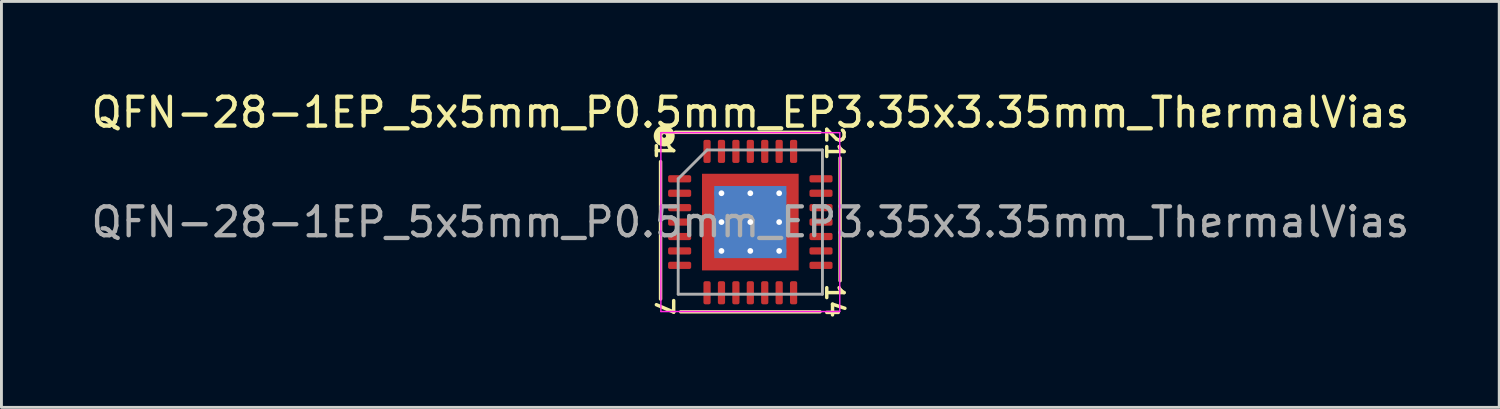
<source format=kicad_pcb>
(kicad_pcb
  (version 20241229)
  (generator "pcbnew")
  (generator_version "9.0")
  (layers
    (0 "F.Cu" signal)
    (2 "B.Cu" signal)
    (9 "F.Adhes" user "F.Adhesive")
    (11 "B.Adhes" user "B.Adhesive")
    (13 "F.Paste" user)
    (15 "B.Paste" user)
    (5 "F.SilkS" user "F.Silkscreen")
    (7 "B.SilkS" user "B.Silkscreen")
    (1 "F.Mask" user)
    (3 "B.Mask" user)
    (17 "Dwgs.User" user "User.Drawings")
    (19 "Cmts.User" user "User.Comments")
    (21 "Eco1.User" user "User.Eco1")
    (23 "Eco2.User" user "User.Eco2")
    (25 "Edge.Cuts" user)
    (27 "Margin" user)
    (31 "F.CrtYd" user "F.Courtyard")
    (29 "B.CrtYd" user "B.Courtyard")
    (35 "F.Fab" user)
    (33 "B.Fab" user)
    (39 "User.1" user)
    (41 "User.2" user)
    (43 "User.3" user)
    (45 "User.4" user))
  (footprint "QFN-28-1EP_5x5mm_P0.5mm_EP3.35x3.35mm_ThermalVias"
    (layer "F.Cu")
    (at 22.958 4.648)
    (property "Reference" "QFN-28-1EP_5x5mm_P0.5mm_EP3.35x3.35mm_ThermalVias" (at 0 -3.8 0) (layer "F.SilkS") (effects (font (size 1 1) (thickness 0.15))))
    (attr smd)
    (fp_line (start -3.111 -2.095) (end -3.111 2.667) (stroke (width 0.12) (type solid)) (layer "F.SilkS"))
    (fp_line (start -2.413 3.111) (end 2.413 3.111) (stroke (width 0.12) (type solid)) (layer "F.SilkS"))
    (fp_line (start 2.413 -3.111) (end -2.603 -3.111) (stroke (width 0.12) (type solid)) (layer "F.SilkS"))
    (fp_line (start 3.111 2.032) (end 3.111 -2.223) (stroke (width 0.12) (type solid)) (layer "F.SilkS"))
    (fp_circle (center -2.985 -2.985) (end -2.921 -2.985) (stroke (width 0.3) (type solid)) (fill no) (layer "F.SilkS"))
    (fp_line (start -3.1 -3.1) (end -3.1 3.1) (stroke (width 0.05) (type solid)) (layer "F.CrtYd"))
    (fp_line (start -3.1 3.1) (end 3.1 3.1) (stroke (width 0.05) (type solid)) (layer "F.CrtYd"))
    (fp_line (start 3.1 -3.1) (end -3.1 -3.1) (stroke (width 0.05) (type solid)) (layer "F.CrtYd"))
    (fp_line (start 3.1 3.1) (end 3.1 -3.1) (stroke (width 0.05) (type solid)) (layer "F.CrtYd"))
    (fp_line (start -2.5 -1.5) (end -1.5 -2.5) (stroke (width 0.1) (type solid)) (layer "F.Fab"))
    (fp_line (start -2.5 2.5) (end -2.5 -1.5) (stroke (width 0.1) (type solid)) (layer "F.Fab"))
    (fp_line (start -1.5 -2.5) (end 2.5 -2.5) (stroke (width 0.1) (type solid)) (layer "F.Fab"))
    (fp_line (start 2.5 -2.5) (end 2.5 2.5) (stroke (width 0.1) (type solid)) (layer "F.Fab"))
    (fp_line (start 2.5 2.5) (end -2.5 2.5) (stroke (width 0.1) (type solid)) (layer "F.Fab"))
    (fp_text user "7" (at -2.985 2.921 270) (unlocked yes) (layer "F.SilkS") (effects (font (size 0.6 0.6) (thickness 0.12))))
    (fp_text user "1" (at -2.985 -2.477 270) (unlocked yes) (layer "F.SilkS") (effects (font (size 0.6 0.6) (thickness 0.12))))
    (fp_text user "14" (at 2.921 2.731 270) (unlocked yes) (layer "F.SilkS") (effects (font (size 0.6 0.6) (thickness 0.12))))
    (fp_text user "21" (at 2.921 -2.731 270) (unlocked yes) (layer "F.SilkS") (effects (font (size 0.6 0.6) (thickness 0.12))))
    (fp_text user "${REFERENCE}" (at 0 0 0) (layer "F.Fab") (effects (font (size 1 1) (thickness 0.15))))
    (pad "" smd custom (at -1.337 -1.337) (size 0.437 0.437) (layers "F.Paste") (options (anchor circle)) (primitives (gr_poly (pts (xy -0.165 -0.165) (xy 0.165 -0.165) (xy 0.165 0.076) (xy 0.076 0.165) (xy -0.165 0.165)) (width 0.215) (fill yes))))
    (pad "" smd custom (at -1.337 -0.5) (size 0.459 0.459) (layers "F.Paste") (options (anchor circle)) (primitives (gr_poly (pts (xy -0.187 -0.318) (xy 0.116 -0.318) (xy 0.187 -0.247) (xy 0.187 0.247) (xy 0.116 0.318) (xy -0.187 0.318)) (width 0.17) (fill yes))))
    (pad "" smd custom (at -1.337 0.5) (size 0.459 0.459) (layers "F.Paste") (options (anchor circle)) (primitives (gr_poly (pts (xy -0.187 -0.318) (xy 0.116 -0.318) (xy 0.187 -0.247) (xy 0.187 0.247) (xy 0.116 0.318) (xy -0.187 0.318)) (width 0.17) (fill yes))))
    (pad "" smd custom (at -1.337 1.337) (size 0.437 0.437) (layers "F.Paste") (options (anchor circle)) (primitives (gr_poly (pts (xy -0.165 -0.165) (xy 0.076 -0.165) (xy 0.165 -0.076) (xy 0.165 0.165) (xy -0.165 0.165)) (width 0.215) (fill yes))))
    (pad "" smd custom (at -0.5 -1.337) (size 0.459 0.459) (layers "F.Paste") (options (anchor circle)) (primitives (gr_poly (pts (xy -0.318 -0.187) (xy 0.318 -0.187) (xy 0.318 0.116) (xy 0.247 0.187) (xy -0.247 0.187) (xy -0.318 0.116)) (width 0.17) (fill yes))))
    (pad "" smd roundrect (at -0.5 -0.5) (size 0.806 0.806) (layers "F.Paste") (roundrect_rratio 0.25))
    (pad "" smd roundrect (at -0.5 0.5) (size 0.806 0.806) (layers "F.Paste") (roundrect_rratio 0.25))
    (pad "" smd custom (at -0.5 1.337) (size 0.459 0.459) (layers "F.Paste") (options (anchor circle)) (primitives (gr_poly (pts (xy -0.318 -0.116) (xy -0.247 -0.187) (xy 0.247 -0.187) (xy 0.318 -0.116) (xy 0.318 0.187) (xy -0.318 0.187)) (width 0.17) (fill yes))))
    (pad "" smd custom (at 0.5 -1.337) (size 0.459 0.459) (layers "F.Paste") (options (anchor circle)) (primitives (gr_poly (pts (xy -0.318 -0.187) (xy 0.318 -0.187) (xy 0.318 0.116) (xy 0.247 0.187) (xy -0.247 0.187) (xy -0.318 0.116)) (width 0.17) (fill yes))))
    (pad "" smd roundrect (at 0.5 -0.5) (size 0.806 0.806) (layers "F.Paste") (roundrect_rratio 0.25))
    (pad "" smd roundrect (at 0.5 0.5) (size 0.806 0.806) (layers "F.Paste") (roundrect_rratio 0.25))
    (pad "" smd custom (at 0.5 1.337) (size 0.459 0.459) (layers "F.Paste") (options (anchor circle)) (primitives (gr_poly (pts (xy -0.318 -0.116) (xy -0.247 -0.187) (xy 0.247 -0.187) (xy 0.318 -0.116) (xy 0.318 0.187) (xy -0.318 0.187)) (width 0.17) (fill yes))))
    (pad "" smd custom (at 1.337 -1.337) (size 0.437 0.437) (layers "F.Paste") (options (anchor circle)) (primitives (gr_poly (pts (xy -0.165 -0.165) (xy 0.165 -0.165) (xy 0.165 0.165) (xy -0.076 0.165) (xy -0.165 0.076)) (width 0.215) (fill yes))))
    (pad "" smd custom (at 1.337 -0.5) (size 0.459 0.459) (layers "F.Paste") (options (anchor circle)) (primitives (gr_poly (pts (xy -0.187 -0.247) (xy -0.116 -0.318) (xy 0.187 -0.318) (xy 0.187 0.318) (xy -0.116 0.318) (xy -0.187 0.247)) (width 0.17) (fill yes))))
    (pad "" smd custom (at 1.337 0.5) (size 0.459 0.459) (layers "F.Paste") (options (anchor circle)) (primitives (gr_poly (pts (xy -0.187 -0.247) (xy -0.116 -0.318) (xy 0.187 -0.318) (xy 0.187 0.318) (xy -0.116 0.318) (xy -0.187 0.247)) (width 0.17) (fill yes))))
    (pad "" smd custom (at 1.337 1.337) (size 0.437 0.437) (layers "F.Paste") (options (anchor circle)) (primitives (gr_poly (pts (xy -0.165 -0.076) (xy -0.076 -0.165) (xy 0.165 -0.165) (xy 0.165 0.165) (xy -0.165 0.165)) (width 0.215) (fill yes))))
    (pad "1" smd roundrect (at -2.45 -1.5) (size 0.8 0.25) (layers "F.Cu" "F.Mask" "F.Paste") (roundrect_rratio 0.25))
    (pad "2" smd roundrect (at -2.45 -1) (size 0.8 0.25) (layers "F.Cu" "F.Mask" "F.Paste") (roundrect_rratio 0.25))
    (pad "3" smd roundrect (at -2.45 -0.5) (size 0.8 0.25) (layers "F.Cu" "F.Mask" "F.Paste") (roundrect_rratio 0.25))
    (pad "4" smd roundrect (at -2.45 0) (size 0.8 0.25) (layers "F.Cu" "F.Mask" "F.Paste") (roundrect_rratio 0.25))
    (pad "5" smd roundrect (at -2.45 0.5) (size 0.8 0.25) (layers "F.Cu" "F.Mask" "F.Paste") (roundrect_rratio 0.25))
    (pad "6" smd roundrect (at -2.45 1) (size 0.8 0.25) (layers "F.Cu" "F.Mask" "F.Paste") (roundrect_rratio 0.25))
    (pad "7" smd roundrect (at -2.45 1.5) (size 0.8 0.25) (layers "F.Cu" "F.Mask" "F.Paste") (roundrect_rratio 0.25))
    (pad "8" smd roundrect (at -1.5 2.45) (size 0.25 0.8) (layers "F.Cu" "F.Mask" "F.Paste") (roundrect_rratio 0.25))
    (pad "9" smd roundrect (at -1 2.45) (size 0.25 0.8) (layers "F.Cu" "F.Mask" "F.Paste") (roundrect_rratio 0.25))
    (pad "10" smd roundrect (at -0.5 2.45) (size 0.25 0.8) (layers "F.Cu" "F.Mask" "F.Paste") (roundrect_rratio 0.25))
    (pad "11" smd roundrect (at 0 2.45) (size 0.25 0.8) (layers "F.Cu" "F.Mask" "F.Paste") (roundrect_rratio 0.25))
    (pad "12" smd roundrect (at 0.5 2.45) (size 0.25 0.8) (layers "F.Cu" "F.Mask" "F.Paste") (roundrect_rratio 0.25))
    (pad "13" smd roundrect (at 1 2.45) (size 0.25 0.8) (layers "F.Cu" "F.Mask" "F.Paste") (roundrect_rratio 0.25))
    (pad "14" smd roundrect (at 1.5 2.45) (size 0.25 0.8) (layers "F.Cu" "F.Mask" "F.Paste") (roundrect_rratio 0.25))
    (pad "15" smd roundrect (at 2.45 1.5) (size 0.8 0.25) (layers "F.Cu" "F.Mask" "F.Paste") (roundrect_rratio 0.25))
    (pad "16" smd roundrect (at 2.45 1) (size 0.8 0.25) (layers "F.Cu" "F.Mask" "F.Paste") (roundrect_rratio 0.25))
    (pad "17" smd roundrect (at 2.45 0.5) (size 0.8 0.25) (layers "F.Cu" "F.Mask" "F.Paste") (roundrect_rratio 0.25))
    (pad "18" smd roundrect (at 2.45 0) (size 0.8 0.25) (layers "F.Cu" "F.Mask" "F.Paste") (roundrect_rratio 0.25))
    (pad "19" smd roundrect (at 2.45 -0.5) (size 0.8 0.25) (layers "F.Cu" "F.Mask" "F.Paste") (roundrect_rratio 0.25))
    (pad "20" smd roundrect (at 2.45 -1) (size 0.8 0.25) (layers "F.Cu" "F.Mask" "F.Paste") (roundrect_rratio 0.25))
    (pad "21" smd roundrect (at 2.45 -1.5) (size 0.8 0.25) (layers "F.Cu" "F.Mask" "F.Paste") (roundrect_rratio 0.25))
    (pad "22" smd roundrect (at 1.5 -2.45) (size 0.25 0.8) (layers "F.Cu" "F.Mask" "F.Paste") (roundrect_rratio 0.25))
    (pad "23" smd roundrect (at 1 -2.45) (size 0.25 0.8) (layers "F.Cu" "F.Mask" "F.Paste") (roundrect_rratio 0.25))
    (pad "24" smd roundrect (at 0.5 -2.45) (size 0.25 0.8) (layers "F.Cu" "F.Mask" "F.Paste") (roundrect_rratio 0.25))
    (pad "25" smd roundrect (at 0 -2.45) (size 0.25 0.8) (layers "F.Cu" "F.Mask" "F.Paste") (roundrect_rratio 0.25))
    (pad "26" smd roundrect (at -0.5 -2.45) (size 0.25 0.8) (layers "F.Cu" "F.Mask" "F.Paste") (roundrect_rratio 0.25))
    (pad "27" smd roundrect (at -1 -2.45) (size 0.25 0.8) (layers "F.Cu" "F.Mask" "F.Paste") (roundrect_rratio 0.25))
    (pad "28" smd roundrect (at -1.5 -2.45) (size 0.25 0.8) (layers "F.Cu" "F.Mask" "F.Paste") (roundrect_rratio 0.25))
    (pad "29" thru_hole circle (at -1 -1) (size 0.5 0.5) (drill 0.2) (layers "*.Cu"))
    (pad "29" thru_hole circle (at -1 0) (size 0.5 0.5) (drill 0.2) (layers "*.Cu"))
    (pad "29" thru_hole circle (at -1 1) (size 0.5 0.5) (drill 0.2) (layers "*.Cu"))
    (pad "29" thru_hole circle (at 0 -1) (size 0.5 0.5) (drill 0.2) (layers "*.Cu"))
    (pad "29" thru_hole circle (at 0 0) (size 0.5 0.5) (drill 0.2) (layers "*.Cu"))
    (pad "29" smd rect (at 0 0) (size 2.5 2.5) (layers "B.Cu" "B.Mask"))
    (pad "29" smd rect (at 0 0) (size 3.35 3.35) (layers "F.Cu" "F.Mask"))
    (pad "29" thru_hole circle (at 0 1) (size 0.5 0.5) (drill 0.2) (layers "*.Cu"))
    (pad "29" thru_hole circle (at 1 -1) (size 0.5 0.5) (drill 0.2) (layers "*.Cu"))
    (pad "29" thru_hole circle (at 1 0) (size 0.5 0.5) (drill 0.2) (layers "*.Cu"))
    (pad "29" thru_hole circle (at 1 1) (size 0.5 0.5) (drill 0.2) (layers "*.Cu")))
  (gr_rect
    (start -3 -3)
    (end 48.917 11.07)
    (stroke (width 0.1) (type default))
    (fill no)
    (layer "Edge.Cuts")))
</source>
